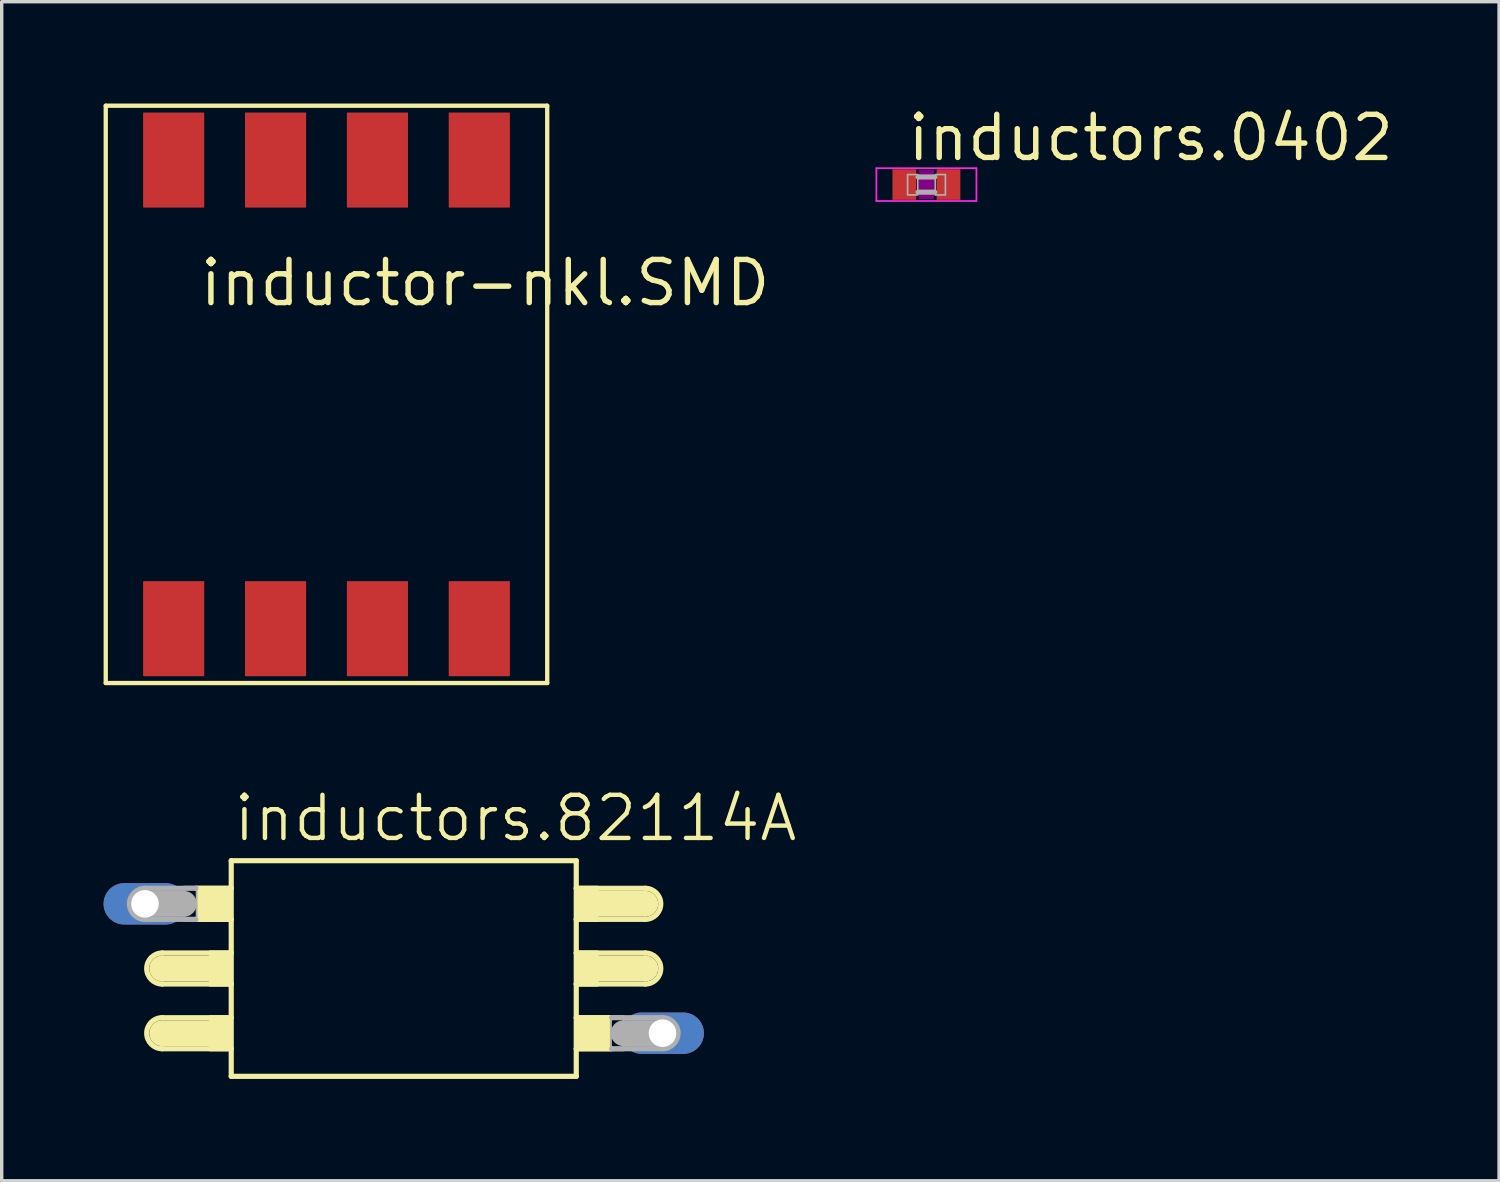
<source format=kicad_pcb>
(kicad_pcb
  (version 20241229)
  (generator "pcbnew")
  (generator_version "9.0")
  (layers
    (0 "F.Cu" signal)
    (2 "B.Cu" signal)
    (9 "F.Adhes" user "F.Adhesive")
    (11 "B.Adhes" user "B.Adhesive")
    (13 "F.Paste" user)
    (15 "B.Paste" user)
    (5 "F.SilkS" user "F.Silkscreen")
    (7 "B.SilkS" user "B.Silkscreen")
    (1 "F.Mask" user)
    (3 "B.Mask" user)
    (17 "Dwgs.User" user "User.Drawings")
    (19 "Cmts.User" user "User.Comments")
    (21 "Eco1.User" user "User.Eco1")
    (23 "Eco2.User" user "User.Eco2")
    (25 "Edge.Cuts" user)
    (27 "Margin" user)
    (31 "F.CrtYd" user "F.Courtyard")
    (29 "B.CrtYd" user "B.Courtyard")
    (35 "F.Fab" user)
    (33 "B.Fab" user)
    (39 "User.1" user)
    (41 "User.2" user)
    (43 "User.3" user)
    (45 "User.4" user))
  (footprint "inductors.82114A"
    (layer "F.Cu")
    (at 8.839 25.47)
    (property "Reference" "inductors.82114A" (at -5.08 -3.683 0) (layer "F.SilkS") (effects (font (size 1.27 1.27) (thickness 0.13)) (justify left bottom)))
    (attr through_hole)
    (fp_line (start -7.112 -0.457) (end -5.08 -0.457) (stroke (width 0.152) (type default)) (layer "F.SilkS"))
    (fp_line (start -7.112 0) (end -5.715 0) (stroke (width 0.762) (type default)) (layer "F.SilkS"))
    (fp_line (start -7.112 0.457) (end -5.08 0.457) (stroke (width 0.152) (type default)) (layer "F.SilkS"))
    (fp_line (start -7.112 1.448) (end -5.08 1.448) (stroke (width 0.152) (type default)) (layer "F.SilkS"))
    (fp_line (start -7.112 1.905) (end -5.715 1.905) (stroke (width 0.762) (type default)) (layer "F.SilkS"))
    (fp_line (start -7.112 2.362) (end -5.08 2.362) (stroke (width 0.152) (type default)) (layer "F.SilkS"))
    (fp_line (start -6.121 -2.362) (end -5.08 -2.362) (stroke (width 0.152) (type default)) (layer "F.SilkS"))
    (fp_line (start -6.121 -1.448) (end -5.08 -1.448) (stroke (width 0.152) (type default)) (layer "F.SilkS"))
    (fp_line (start -5.08 -3.175) (end 5.08 -3.175) (stroke (width 0.152) (type default)) (layer "F.SilkS"))
    (fp_line (start -5.08 -2.362) (end -5.08 -3.175) (stroke (width 0.152) (type default)) (layer "F.SilkS"))
    (fp_line (start -5.08 -1.448) (end -5.08 -2.362) (stroke (width 0.152) (type default)) (layer "F.SilkS"))
    (fp_line (start -5.08 -0.457) (end -5.08 -1.448) (stroke (width 0.152) (type default)) (layer "F.SilkS"))
    (fp_line (start -5.08 0.457) (end -5.08 -0.457) (stroke (width 0.152) (type default)) (layer "F.SilkS"))
    (fp_line (start -5.08 1.448) (end -5.08 0.457) (stroke (width 0.152) (type default)) (layer "F.SilkS"))
    (fp_line (start -5.08 2.362) (end -5.08 1.448) (stroke (width 0.152) (type default)) (layer "F.SilkS"))
    (fp_line (start -5.08 3.175) (end -5.08 2.362) (stroke (width 0.152) (type default)) (layer "F.SilkS"))
    (fp_line (start 5.08 -3.175) (end 5.08 -2.362) (stroke (width 0.152) (type default)) (layer "F.SilkS"))
    (fp_line (start 5.08 -2.362) (end 5.08 -1.448) (stroke (width 0.152) (type default)) (layer "F.SilkS"))
    (fp_line (start 5.08 -2.362) (end 7.112 -2.362) (stroke (width 0.152) (type default)) (layer "F.SilkS"))
    (fp_line (start 5.08 -1.448) (end 5.08 -0.457) (stroke (width 0.152) (type default)) (layer "F.SilkS"))
    (fp_line (start 5.08 -1.448) (end 7.112 -1.448) (stroke (width 0.152) (type default)) (layer "F.SilkS"))
    (fp_line (start 5.08 -0.457) (end 5.08 0.457) (stroke (width 0.152) (type default)) (layer "F.SilkS"))
    (fp_line (start 5.08 -0.457) (end 7.112 -0.457) (stroke (width 0.152) (type default)) (layer "F.SilkS"))
    (fp_line (start 5.08 0.457) (end 5.08 1.448) (stroke (width 0.152) (type default)) (layer "F.SilkS"))
    (fp_line (start 5.08 0.457) (end 7.112 0.457) (stroke (width 0.152) (type default)) (layer "F.SilkS"))
    (fp_line (start 5.08 1.448) (end 5.08 2.362) (stroke (width 0.152) (type default)) (layer "F.SilkS"))
    (fp_line (start 5.08 1.448) (end 6.121 1.448) (stroke (width 0.152) (type default)) (layer "F.SilkS"))
    (fp_line (start 5.08 2.362) (end 5.08 3.175) (stroke (width 0.152) (type default)) (layer "F.SilkS"))
    (fp_line (start 5.08 2.362) (end 6.121 2.362) (stroke (width 0.152) (type default)) (layer "F.SilkS"))
    (fp_line (start 5.08 3.175) (end -5.08 3.175) (stroke (width 0.152) (type default)) (layer "F.SilkS"))
    (fp_line (start 7.112 -1.905) (end 5.715 -1.905) (stroke (width 0.762) (type default)) (layer "F.SilkS"))
    (fp_line (start 7.112 0) (end 5.715 0) (stroke (width 0.762) (type default)) (layer "F.SilkS"))
    (fp_rect (start -6.096 -1.397) (end -5.08 -2.413) (stroke (width 0.05) (type default)) (fill yes) (layer "F.SilkS"))
    (fp_rect (start -5.715 0.508) (end -5.08 -0.508) (stroke (width 0.05) (type default)) (fill yes) (layer "F.SilkS"))
    (fp_rect (start -5.715 2.413) (end -5.08 1.397) (stroke (width 0.05) (type default)) (fill yes) (layer "F.SilkS"))
    (fp_rect (start 5.08 -1.397) (end 5.715 -2.413) (stroke (width 0.05) (type default)) (fill yes) (layer "F.SilkS"))
    (fp_rect (start 5.08 0.508) (end 5.715 -0.508) (stroke (width 0.05) (type default)) (fill yes) (layer "F.SilkS"))
    (fp_rect (start 5.08 2.413) (end 6.096 1.397) (stroke (width 0.05) (type default)) (fill yes) (layer "F.SilkS"))
    (fp_arc (start -7.112 0.4572) (mid -7.5692 0) (end -7.112 -0.4572) (stroke (width 0.1524) (type default)) (layer "F.SilkS"))
    (fp_arc (start -7.112 2.3622) (mid -7.5692 1.905) (end -7.112 1.4478) (stroke (width 0.1524) (type default)) (layer "F.SilkS"))
    (fp_arc (start 7.112 -2.3622) (mid 7.5692 -1.905) (end 7.112 -1.4478) (stroke (width 0.1524) (type default)) (layer "F.SilkS"))
    (fp_arc (start 7.112 -0.4572) (mid 7.5692 0) (end 7.112 0.4572) (stroke (width 0.1524) (type default)) (layer "F.SilkS"))
    (fp_line (start -7.62 -2.362) (end -6.121 -2.362) (stroke (width 0.152) (type default)) (layer "F.Fab"))
    (fp_line (start -7.62 -1.905) (end -6.477 -1.905) (stroke (width 0.762) (type default)) (layer "F.Fab"))
    (fp_line (start -7.62 -1.448) (end -6.121 -1.448) (stroke (width 0.152) (type default)) (layer "F.Fab"))
    (fp_line (start 6.121 1.448) (end 7.62 1.448) (stroke (width 0.152) (type default)) (layer "F.Fab"))
    (fp_line (start 6.121 2.362) (end 7.62 2.362) (stroke (width 0.152) (type default)) (layer "F.Fab"))
    (fp_line (start 7.62 1.905) (end 6.477 1.905) (stroke (width 0.762) (type default)) (layer "F.Fab"))
    (fp_rect (start -6.477 -1.397) (end -6.096 -2.413) (stroke (width 0.05) (type default)) (fill no) (layer "F.Fab"))
    (fp_rect (start 6.096 2.413) (end 6.477 1.397) (stroke (width 0.05) (type default)) (fill no) (layer "F.Fab"))
    (fp_arc (start -7.62 -1.4478) (mid -8.0772 -1.905) (end -7.62 -2.3622) (stroke (width 0.1524) (type default)) (layer "F.Fab"))
    (fp_arc (start 7.62 1.4478) (mid 8.0772 1.905) (end 7.62 2.3622) (stroke (width 0.1524) (type default)) (layer "F.Fab"))
    (pad "1" thru_hole oval (at -7.62 -1.905) (size 2.438 1.219) (drill 0.813) (layers "*.Cu" "*.Mask"))
    (pad "2" thru_hole oval (at 7.62 1.905) (size 2.438 1.219) (drill 0.813) (layers "*.Cu" "*.Mask")))
  (footprint "inductor-nkl.SMD"
    (layer "F.Cu")
    (at 6.564 8.563)
    (property "Reference" "inductor-nkl.SMD" (at -3.81 -2.54 0) (layer "F.SilkS") (effects (font (size 1.27 1.27) (thickness 0.16)) (justify left bottom)))
    (attr smd)
    (fp_line (start -6.5 -8.5) (end 6.5 -8.5) (stroke (width 0.127) (type default)) (layer "F.SilkS"))
    (fp_line (start -6.5 8.5) (end -6.5 -8.5) (stroke (width 0.127) (type default)) (layer "F.SilkS"))
    (fp_line (start 6.5 -8.5) (end 6.5 8.5) (stroke (width 0.127) (type default)) (layer "F.SilkS"))
    (fp_line (start 6.5 8.5) (end -6.5 8.5) (stroke (width 0.127) (type default)) (layer "F.SilkS"))
    (pad "1" smd roundrect (at 4.5 -6.9) (size 1.8 2.8) (layers "F.Cu" "F.Mask" "F.Paste") (roundrect_rratio 0.01))
    (pad "2" smd roundrect (at 1.5 -6.9) (size 1.8 2.8) (layers "F.Cu" "F.Mask" "F.Paste") (roundrect_rratio 0.01))
    (pad "3" smd roundrect (at -1.5 -6.9) (size 1.8 2.8) (layers "F.Cu" "F.Mask" "F.Paste") (roundrect_rratio 0.01))
    (pad "4" smd roundrect (at -4.5 -6.9) (size 1.8 2.8) (layers "F.Cu" "F.Mask" "F.Paste") (roundrect_rratio 0.01))
    (pad "5" smd roundrect (at -4.5 6.9) (size 1.8 2.8) (layers "F.Cu" "F.Mask" "F.Paste") (roundrect_rratio 0.01))
    (pad "6" smd roundrect (at -1.5 6.9) (size 1.8 2.8) (layers "F.Cu" "F.Mask" "F.Paste") (roundrect_rratio 0.01))
    (pad "7" smd roundrect (at 1.5 6.9) (size 1.8 2.8) (layers "F.Cu" "F.Mask" "F.Paste") (roundrect_rratio 0.01))
    (pad "8" smd roundrect (at 4.5 6.9) (size 1.8 2.8) (layers "F.Cu" "F.Mask" "F.Paste") (roundrect_rratio 0.01)))
  (footprint "inductors.0402"
    (layer "F.Cu")
    (at 24.23 2.385)
    (property "Reference" "inductors.0402" (at -0.635 -0.635 0) (layer "F.SilkS") (effects (font (size 1.27 1.27) (thickness 0.16)) (justify left bottom)))
    (attr smd)
    (fp_rect (start -0.2 0.4) (end 0.2 -0.4) (stroke (width 0.05) (type default)) (fill yes) (layer "F.Adhes"))
    (fp_line (start -1.473 -0.483) (end 1.473 -0.483) (stroke (width 0.051) (type default)) (layer "F.CrtYd"))
    (fp_line (start -1.473 0.483) (end -1.473 -0.483) (stroke (width 0.051) (type default)) (layer "F.CrtYd"))
    (fp_line (start 1.473 -0.483) (end 1.473 0.483) (stroke (width 0.051) (type default)) (layer "F.CrtYd"))
    (fp_line (start 1.473 0.483) (end -1.473 0.483) (stroke (width 0.051) (type default)) (layer "F.CrtYd"))
    (fp_line (start -0.245 -0.224) (end 0.245 -0.224) (stroke (width 0.152) (type default)) (layer "F.Fab"))
    (fp_line (start 0.245 0.224) (end -0.245 0.224) (stroke (width 0.152) (type default)) (layer "F.Fab"))
    (fp_rect (start -0.554 0.305) (end -0.254 -0.295) (stroke (width 0.05) (type default)) (fill no) (layer "F.Fab"))
    (fp_rect (start 0.259 0.305) (end 0.559 -0.295) (stroke (width 0.05) (type default)) (fill no) (layer "F.Fab"))
    (pad "1" smd roundrect (at -0.65 0) (size 0.7 0.9) (layers "F.Cu" "F.Mask" "F.Paste") (roundrect_rratio 0.01))
    (pad "2" smd roundrect (at 0.65 0) (size 0.7 0.9) (layers "F.Cu" "F.Mask" "F.Paste") (roundrect_rratio 0.01)))
  (gr_rect
    (start -3 -3)
    (end 41.093 31.721)
    (stroke (width 0.1) (type default))
    (fill no)
    (layer "Edge.Cuts")))
</source>
